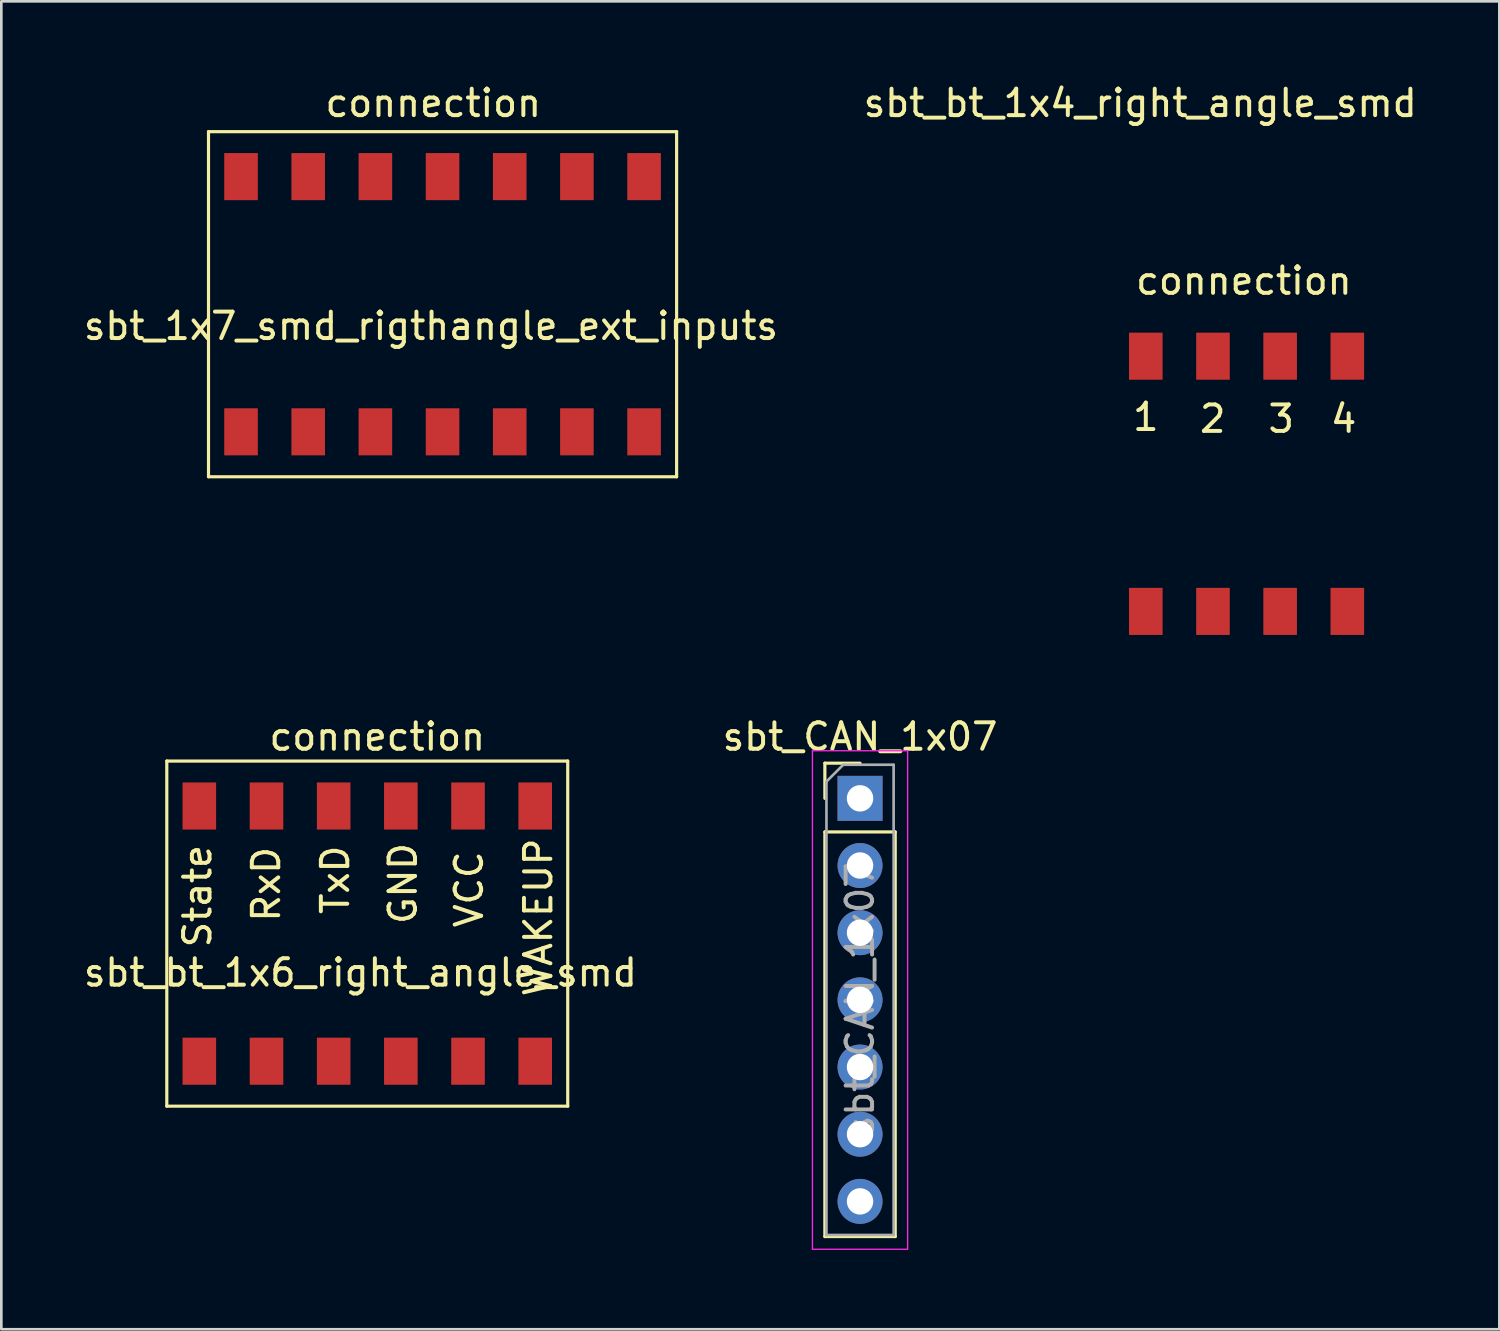
<source format=kicad_pcb>
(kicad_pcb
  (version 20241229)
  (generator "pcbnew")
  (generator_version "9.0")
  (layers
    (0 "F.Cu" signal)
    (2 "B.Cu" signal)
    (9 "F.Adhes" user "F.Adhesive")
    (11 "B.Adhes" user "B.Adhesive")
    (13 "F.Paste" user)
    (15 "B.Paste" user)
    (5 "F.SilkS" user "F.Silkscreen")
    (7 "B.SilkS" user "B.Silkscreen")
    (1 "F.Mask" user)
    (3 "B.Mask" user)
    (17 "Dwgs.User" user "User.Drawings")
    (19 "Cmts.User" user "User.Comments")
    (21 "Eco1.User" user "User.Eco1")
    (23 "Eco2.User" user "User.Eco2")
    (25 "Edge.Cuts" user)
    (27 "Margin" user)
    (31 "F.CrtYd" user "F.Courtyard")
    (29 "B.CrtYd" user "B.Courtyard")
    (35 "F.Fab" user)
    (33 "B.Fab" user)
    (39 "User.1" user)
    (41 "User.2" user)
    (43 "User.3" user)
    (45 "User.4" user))
  (footprint "sbt_1x7_smd_rigthangle_ext_inputs"
    (layer "F.Cu")
    (at 6.064 3.628)
    (property "Reference" "sbt_1x7_smd_rigthangle_ext_inputs" (at 7.18 5.65 0) (layer "F.SilkS") (effects (font (size 1 1) (thickness 0.15))))
    (attr through_hole)
    (fp_line (start -1.23 -1.7) (end -1.23 11.35) (stroke (width 0.12) (type solid)) (layer "F.SilkS"))
    (fp_line (start -1.23 -1.7) (end 16.47 -1.7) (stroke (width 0.12) (type solid)) (layer "F.SilkS"))
    (fp_line (start -1.23 11.35) (end 16.47 11.35) (stroke (width 0.12) (type solid)) (layer "F.SilkS"))
    (fp_line (start 16.47 11.35) (end 16.47 -1.7) (stroke (width 0.12) (type solid)) (layer "F.SilkS"))
    (fp_text user "connection" (at 7.27 -2.78 0) (layer "F.SilkS") (effects (font (size 1 1) (thickness 0.15))))
    (pad "" smd rect (at 0 9.65) (size 1.27 1.78) (layers "F.Cu" "F.Mask" "F.Paste"))
    (pad "" smd rect (at 2.54 9.65) (size 1.27 1.78) (layers "F.Cu" "F.Mask" "F.Paste"))
    (pad "" smd rect (at 5.08 9.65) (size 1.27 1.78) (layers "F.Cu" "F.Mask" "F.Paste"))
    (pad "" smd rect (at 7.62 9.65) (size 1.27 1.78) (layers "F.Cu" "F.Mask" "F.Paste"))
    (pad "" smd rect (at 10.16 9.65) (size 1.27 1.78) (layers "F.Cu" "F.Mask" "F.Paste"))
    (pad "" smd rect (at 12.7 9.65) (size 1.27 1.78) (layers "F.Cu" "F.Mask" "F.Paste"))
    (pad "" smd rect (at 15.24 9.65) (size 1.27 1.78) (layers "F.Cu" "F.Mask" "F.Paste"))
    (pad "1" smd rect (at 0 0) (size 1.27 1.78) (layers "F.Cu" "F.Mask" "F.Paste"))
    (pad "2" smd rect (at 2.54 0) (size 1.27 1.78) (layers "F.Cu" "F.Mask" "F.Paste"))
    (pad "3" smd rect (at 5.08 0) (size 1.27 1.78) (layers "F.Cu" "F.Mask" "F.Paste"))
    (pad "4" smd rect (at 7.62 0) (size 1.27 1.78) (layers "F.Cu" "F.Mask" "F.Paste"))
    (pad "5" smd rect (at 10.16 0) (size 1.27 1.78) (layers "F.Cu" "F.Mask" "F.Paste"))
    (pad "6" smd rect (at 12.7 0) (size 1.27 1.78) (layers "F.Cu" "F.Mask" "F.Paste"))
    (pad "7" smd rect (at 15.24 0) (size 1.27 1.78) (layers "F.Cu" "F.Mask" "F.Paste")))
  (footprint "sbt_bt_1x4_right_angle_smd"
    (layer "F.Cu")
    (at 40.275 10.418)
    (property "Reference" "sbt_bt_1x4_right_angle_smd" (at -0.21 -9.57 0) (layer "F.SilkS") (effects (font (size 1 1) (thickness 0.15))))
    (attr through_hole)
    (fp_text user "2" (at 2.53 2.37 0) (layer "F.SilkS") (effects (font (size 1 1) (thickness 0.15))))
    (fp_text user "3" (at 5.12 2.37 0) (layer "F.SilkS") (effects (font (size 1 1) (thickness 0.15))))
    (fp_text user "4" (at 7.48 2.37 0) (layer "F.SilkS") (effects (font (size 1 1) (thickness 0.15))))
    (fp_text user "connection" (at 3.71 -2.85 0) (layer "F.SilkS") (effects (font (size 1 1) (thickness 0.15))))
    (fp_text user "1" (at 0 2.3 0) (layer "F.SilkS") (effects (font (size 1 1) (thickness 0.15))))
    (pad "" smd rect (at 0 9.65) (size 1.27 1.78) (layers "F.Cu" "F.Mask" "F.Paste"))
    (pad "" smd rect (at 2.54 9.65) (size 1.27 1.78) (layers "F.Cu" "F.Mask" "F.Paste"))
    (pad "" smd rect (at 5.08 9.65) (size 1.27 1.78) (layers "F.Cu" "F.Mask" "F.Paste"))
    (pad "" smd rect (at 7.62 9.65) (size 1.27 1.78) (layers "F.Cu" "F.Mask" "F.Paste"))
    (pad "1" smd rect (at 0 0) (size 1.27 1.78) (layers "F.Cu" "F.Mask" "F.Paste"))
    (pad "2" smd rect (at 2.54 0) (size 1.27 1.78) (layers "F.Cu" "F.Mask" "F.Paste"))
    (pad "3" smd rect (at 5.08 0) (size 1.27 1.78) (layers "F.Cu" "F.Mask" "F.Paste"))
    (pad "4" smd rect (at 7.62 0) (size 1.27 1.78) (layers "F.Cu" "F.Mask" "F.Paste")))
  (footprint "sbt_CAN_1x07"
    (layer "F.Cu")
    (at 29.47 27.137)
    (property "Reference" "sbt_CAN_1x07" (at 0 -2.33 0) (layer "F.SilkS") (effects (font (size 1 1) (thickness 0.15))))
    (attr through_hole)
    (fp_line (start -1.33 -1.33) (end 0 -1.33) (stroke (width 0.12) (type solid)) (layer "F.SilkS"))
    (fp_line (start -1.33 0) (end -1.33 -1.33) (stroke (width 0.12) (type solid)) (layer "F.SilkS"))
    (fp_line (start -1.33 1.27) (end -1.33 16.57) (stroke (width 0.12) (type solid)) (layer "F.SilkS"))
    (fp_line (start -1.33 1.27) (end 1.33 1.27) (stroke (width 0.12) (type solid)) (layer "F.SilkS"))
    (fp_line (start -1.33 16.57) (end 1.33 16.57) (stroke (width 0.12) (type solid)) (layer "F.SilkS"))
    (fp_line (start 1.33 1.27) (end 1.33 16.57) (stroke (width 0.12) (type solid)) (layer "F.SilkS"))
    (fp_line (start -1.8 -1.8) (end -1.8 17.05) (stroke (width 0.05) (type solid)) (layer "F.CrtYd"))
    (fp_line (start -1.8 17.05) (end 1.8 17.05) (stroke (width 0.05) (type solid)) (layer "F.CrtYd"))
    (fp_line (start 1.8 -1.8) (end -1.8 -1.8) (stroke (width 0.05) (type solid)) (layer "F.CrtYd"))
    (fp_line (start 1.8 17.05) (end 1.8 -1.8) (stroke (width 0.05) (type solid)) (layer "F.CrtYd"))
    (fp_line (start -1.27 -0.635) (end -0.635 -1.27) (stroke (width 0.1) (type solid)) (layer "F.Fab"))
    (fp_line (start -1.27 16.51) (end -1.27 -0.635) (stroke (width 0.1) (type solid)) (layer "F.Fab"))
    (fp_line (start -0.635 -1.27) (end 1.27 -1.27) (stroke (width 0.1) (type solid)) (layer "F.Fab"))
    (fp_line (start 1.27 -1.27) (end 1.27 16.51) (stroke (width 0.1) (type solid)) (layer "F.Fab"))
    (fp_line (start 1.27 16.51) (end -1.27 16.51) (stroke (width 0.1) (type solid)) (layer "F.Fab"))
    (fp_text user "${REFERENCE}" (at 0 7.62 90) (layer "F.Fab") (effects (font (size 1 1) (thickness 0.15))))
    (pad "1" thru_hole rect (at 0 0) (size 1.7 1.7) (drill 1) (layers "*.Cu" "*.Mask"))
    (pad "2" thru_hole oval (at 0 2.54) (size 1.7 1.7) (drill 1) (layers "*.Cu" "*.Mask"))
    (pad "3" thru_hole oval (at 0 5.08) (size 1.7 1.7) (drill 1) (layers "*.Cu" "*.Mask"))
    (pad "4" thru_hole oval (at 0 7.62) (size 1.7 1.7) (drill 1) (layers "*.Cu" "*.Mask"))
    (pad "5" thru_hole oval (at 0 10.16) (size 1.7 1.7) (drill 1) (layers "*.Cu" "*.Mask"))
    (pad "6" thru_hole oval (at 0 12.7) (size 1.7 1.7) (drill 1) (layers "*.Cu" "*.Mask"))
    (pad "7" thru_hole oval (at 0 15.24) (size 1.7 1.7) (drill 1) (layers "*.Cu" "*.Mask")))
  (footprint "sbt_bt_1x6_right_angle_smd"
    (layer "F.Cu")
    (at 4.487 27.427)
    (property "Reference" "sbt_bt_1x6_right_angle_smd" (at 6.09 6.3 0) (layer "F.SilkS") (effects (font (size 1 1) (thickness 0.15))))
    (attr through_hole)
    (fp_line (start -1.23 -1.7) (end 13.93 -1.7) (stroke (width 0.12) (type solid)) (layer "F.SilkS"))
    (fp_line (start -1.23 11.35) (end -1.23 -1.7) (stroke (width 0.12) (type solid)) (layer "F.SilkS"))
    (fp_line (start -1.23 11.35) (end 13.93 11.35) (stroke (width 0.12) (type solid)) (layer "F.SilkS"))
    (fp_line (start 13.93 -1.7) (end 13.93 11.35) (stroke (width 0.12) (type solid)) (layer "F.SilkS"))
    (fp_text user "RxD" (at 2.53 2.96 90) (layer "F.SilkS") (effects (font (size 1 1) (thickness 0.15))))
    (fp_text user "GND" (at 7.7 2.93 90) (layer "F.SilkS") (effects (font (size 1 1) (thickness 0.15))))
    (fp_text user "WAKEUP" (at 12.82 4.21 90) (layer "F.SilkS") (effects (font (size 1 1) (thickness 0.15))))
    (fp_text user "State" (at -0.07 3.41 90) (layer "F.SilkS") (effects (font (size 1 1) (thickness 0.15))))
    (fp_text user "TxD" (at 5.14 2.79 90) (layer "F.SilkS") (effects (font (size 1 1) (thickness 0.15))))
    (fp_text user "connection" (at 6.73 -2.62 0) (layer "F.SilkS") (effects (font (size 1 1) (thickness 0.15))))
    (fp_text user "VCC" (at 10.2 3.15 270) (layer "F.SilkS") (effects (font (size 1 1) (thickness 0.15))))
    (pad "" smd rect (at 0 9.65) (size 1.27 1.78) (layers "F.Cu" "F.Mask" "F.Paste"))
    (pad "" smd rect (at 2.54 9.65) (size 1.27 1.78) (layers "F.Cu" "F.Mask" "F.Paste"))
    (pad "" smd rect (at 5.08 9.65) (size 1.27 1.78) (layers "F.Cu" "F.Mask" "F.Paste"))
    (pad "" smd rect (at 7.62 9.65) (size 1.27 1.78) (layers "F.Cu" "F.Mask" "F.Paste"))
    (pad "" smd rect (at 10.16 9.65) (size 1.27 1.78) (layers "F.Cu" "F.Mask" "F.Paste"))
    (pad "" smd rect (at 12.7 9.65) (size 1.27 1.78) (layers "F.Cu" "F.Mask" "F.Paste"))
    (pad "1" smd rect (at 0 0) (size 1.27 1.78) (layers "F.Cu" "F.Mask" "F.Paste"))
    (pad "2" smd rect (at 2.54 0) (size 1.27 1.78) (layers "F.Cu" "F.Mask" "F.Paste"))
    (pad "3" smd rect (at 5.08 0) (size 1.27 1.78) (layers "F.Cu" "F.Mask" "F.Paste"))
    (pad "4" smd rect (at 7.62 0) (size 1.27 1.78) (layers "F.Cu" "F.Mask" "F.Paste"))
    (pad "5" smd rect (at 10.16 0) (size 1.27 1.78) (layers "F.Cu" "F.Mask" "F.Paste"))
    (pad "6" smd rect (at 12.7 0) (size 1.27 1.78) (layers "F.Cu" "F.Mask" "F.Paste")))
  (gr_rect
    (start -3 -3)
    (end 53.643 47.212)
    (stroke (width 0.1) (type default))
    (fill no)
    (layer "Edge.Cuts")))
</source>
